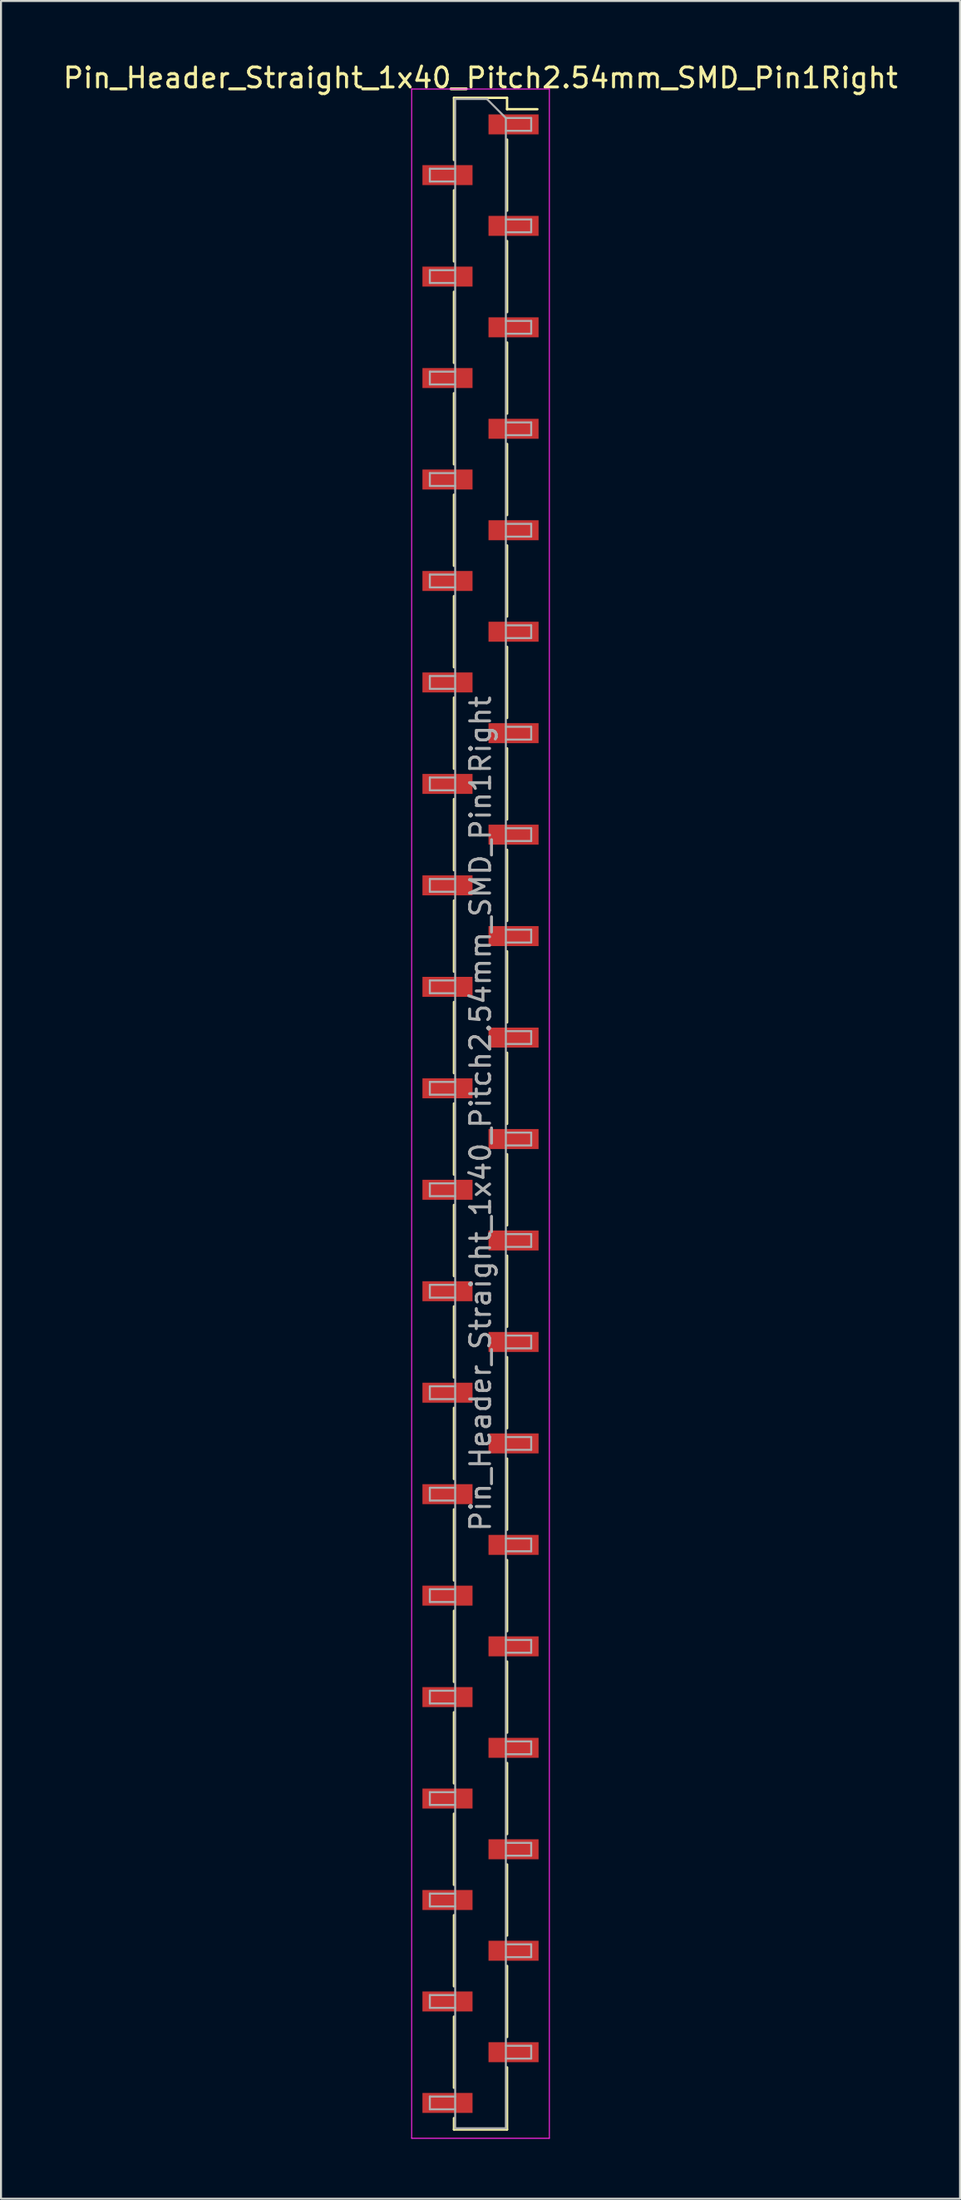
<source format=kicad_pcb>
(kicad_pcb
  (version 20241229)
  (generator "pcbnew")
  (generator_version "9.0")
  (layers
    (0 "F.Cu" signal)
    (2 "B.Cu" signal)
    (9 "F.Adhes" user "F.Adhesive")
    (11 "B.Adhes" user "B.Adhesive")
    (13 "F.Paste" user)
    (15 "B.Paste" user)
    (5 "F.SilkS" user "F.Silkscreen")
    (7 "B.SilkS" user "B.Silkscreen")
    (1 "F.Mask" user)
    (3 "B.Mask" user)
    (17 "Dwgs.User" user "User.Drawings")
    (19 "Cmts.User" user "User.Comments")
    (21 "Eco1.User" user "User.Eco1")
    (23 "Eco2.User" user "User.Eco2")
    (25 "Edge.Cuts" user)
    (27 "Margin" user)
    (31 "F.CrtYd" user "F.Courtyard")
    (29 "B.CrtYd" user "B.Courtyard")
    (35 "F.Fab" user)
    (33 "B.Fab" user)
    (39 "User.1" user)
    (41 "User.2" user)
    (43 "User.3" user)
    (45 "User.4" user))
  (footprint "Pin_Header_Straight_1x40_Pitch2.54mm_SMD_Pin1Right"
    (layer "F.Cu")
    (at 21.03 52.708)
    (property "Reference" "Pin_Header_Straight_1x40_Pitch2.54mm_SMD_Pin1Right" (at 0 -51.86 0) (layer "F.SilkS") (effects (font (size 1 1) (thickness 0.15))))
    (attr smd)
    (fp_line (start -1.33 -50.86) (end -1.33 -47.75) (stroke (width 0.12) (type solid)) (layer "F.SilkS"))
    (fp_line (start -1.33 -50.86) (end 1.33 -50.86) (stroke (width 0.12) (type solid)) (layer "F.SilkS"))
    (fp_line (start -1.33 -46.23) (end -1.33 -42.67) (stroke (width 0.12) (type solid)) (layer "F.SilkS"))
    (fp_line (start -1.33 -41.15) (end -1.33 -37.59) (stroke (width 0.12) (type solid)) (layer "F.SilkS"))
    (fp_line (start -1.33 -36.07) (end -1.33 -32.51) (stroke (width 0.12) (type solid)) (layer "F.SilkS"))
    (fp_line (start -1.33 -30.99) (end -1.33 -27.43) (stroke (width 0.12) (type solid)) (layer "F.SilkS"))
    (fp_line (start -1.33 -25.91) (end -1.33 -22.35) (stroke (width 0.12) (type solid)) (layer "F.SilkS"))
    (fp_line (start -1.33 -20.83) (end -1.33 -17.27) (stroke (width 0.12) (type solid)) (layer "F.SilkS"))
    (fp_line (start -1.33 -15.75) (end -1.33 -12.19) (stroke (width 0.12) (type solid)) (layer "F.SilkS"))
    (fp_line (start -1.33 -10.67) (end -1.33 -7.11) (stroke (width 0.12) (type solid)) (layer "F.SilkS"))
    (fp_line (start -1.33 -5.59) (end -1.33 -2.03) (stroke (width 0.12) (type solid)) (layer "F.SilkS"))
    (fp_line (start -1.33 -0.51) (end -1.33 3.05) (stroke (width 0.12) (type solid)) (layer "F.SilkS"))
    (fp_line (start -1.33 4.57) (end -1.33 8.13) (stroke (width 0.12) (type solid)) (layer "F.SilkS"))
    (fp_line (start -1.33 9.65) (end -1.33 13.21) (stroke (width 0.12) (type solid)) (layer "F.SilkS"))
    (fp_line (start -1.33 14.73) (end -1.33 18.29) (stroke (width 0.12) (type solid)) (layer "F.SilkS"))
    (fp_line (start -1.33 19.81) (end -1.33 23.37) (stroke (width 0.12) (type solid)) (layer "F.SilkS"))
    (fp_line (start -1.33 24.89) (end -1.33 28.45) (stroke (width 0.12) (type solid)) (layer "F.SilkS"))
    (fp_line (start -1.33 29.97) (end -1.33 33.53) (stroke (width 0.12) (type solid)) (layer "F.SilkS"))
    (fp_line (start -1.33 35.05) (end -1.33 38.61) (stroke (width 0.12) (type solid)) (layer "F.SilkS"))
    (fp_line (start -1.33 40.13) (end -1.33 43.69) (stroke (width 0.12) (type solid)) (layer "F.SilkS"))
    (fp_line (start -1.33 45.21) (end -1.33 48.77) (stroke (width 0.12) (type solid)) (layer "F.SilkS"))
    (fp_line (start -1.33 50.29) (end -1.33 50.86) (stroke (width 0.12) (type solid)) (layer "F.SilkS"))
    (fp_line (start -1.33 50.86) (end 1.33 50.86) (stroke (width 0.12) (type solid)) (layer "F.SilkS"))
    (fp_line (start 1.33 -50.86) (end 1.33 -50.29) (stroke (width 0.12) (type solid)) (layer "F.SilkS"))
    (fp_line (start 1.33 -50.29) (end 2.85 -50.29) (stroke (width 0.12) (type solid)) (layer "F.SilkS"))
    (fp_line (start 1.33 -48.77) (end 1.33 -45.21) (stroke (width 0.12) (type solid)) (layer "F.SilkS"))
    (fp_line (start 1.33 -43.69) (end 1.33 -40.13) (stroke (width 0.12) (type solid)) (layer "F.SilkS"))
    (fp_line (start 1.33 -38.61) (end 1.33 -35.05) (stroke (width 0.12) (type solid)) (layer "F.SilkS"))
    (fp_line (start 1.33 -33.53) (end 1.33 -29.97) (stroke (width 0.12) (type solid)) (layer "F.SilkS"))
    (fp_line (start 1.33 -28.45) (end 1.33 -24.89) (stroke (width 0.12) (type solid)) (layer "F.SilkS"))
    (fp_line (start 1.33 -23.37) (end 1.33 -19.81) (stroke (width 0.12) (type solid)) (layer "F.SilkS"))
    (fp_line (start 1.33 -18.29) (end 1.33 -14.73) (stroke (width 0.12) (type solid)) (layer "F.SilkS"))
    (fp_line (start 1.33 -13.21) (end 1.33 -9.65) (stroke (width 0.12) (type solid)) (layer "F.SilkS"))
    (fp_line (start 1.33 -8.13) (end 1.33 -4.57) (stroke (width 0.12) (type solid)) (layer "F.SilkS"))
    (fp_line (start 1.33 -3.05) (end 1.33 0.51) (stroke (width 0.12) (type solid)) (layer "F.SilkS"))
    (fp_line (start 1.33 2.03) (end 1.33 5.59) (stroke (width 0.12) (type solid)) (layer "F.SilkS"))
    (fp_line (start 1.33 7.11) (end 1.33 10.67) (stroke (width 0.12) (type solid)) (layer "F.SilkS"))
    (fp_line (start 1.33 12.19) (end 1.33 15.75) (stroke (width 0.12) (type solid)) (layer "F.SilkS"))
    (fp_line (start 1.33 17.27) (end 1.33 20.83) (stroke (width 0.12) (type solid)) (layer "F.SilkS"))
    (fp_line (start 1.33 22.35) (end 1.33 25.91) (stroke (width 0.12) (type solid)) (layer "F.SilkS"))
    (fp_line (start 1.33 27.43) (end 1.33 30.99) (stroke (width 0.12) (type solid)) (layer "F.SilkS"))
    (fp_line (start 1.33 32.51) (end 1.33 36.07) (stroke (width 0.12) (type solid)) (layer "F.SilkS"))
    (fp_line (start 1.33 37.59) (end 1.33 41.15) (stroke (width 0.12) (type solid)) (layer "F.SilkS"))
    (fp_line (start 1.33 42.67) (end 1.33 46.23) (stroke (width 0.12) (type solid)) (layer "F.SilkS"))
    (fp_line (start 1.33 47.75) (end 1.33 50.86) (stroke (width 0.12) (type solid)) (layer "F.SilkS"))
    (fp_line (start -3.45 -51.3) (end -3.45 51.3) (stroke (width 0.05) (type solid)) (layer "F.CrtYd"))
    (fp_line (start -3.45 51.3) (end 3.45 51.3) (stroke (width 0.05) (type solid)) (layer "F.CrtYd"))
    (fp_line (start 3.45 -51.3) (end -3.45 -51.3) (stroke (width 0.05) (type solid)) (layer "F.CrtYd"))
    (fp_line (start 3.45 51.3) (end 3.45 -51.3) (stroke (width 0.05) (type solid)) (layer "F.CrtYd"))
    (fp_line (start -2.54 -47.31) (end -2.54 -46.67) (stroke (width 0.1) (type solid)) (layer "F.Fab"))
    (fp_line (start -2.54 -46.67) (end -1.27 -46.67) (stroke (width 0.1) (type solid)) (layer "F.Fab"))
    (fp_line (start -2.54 -42.23) (end -2.54 -41.59) (stroke (width 0.1) (type solid)) (layer "F.Fab"))
    (fp_line (start -2.54 -41.59) (end -1.27 -41.59) (stroke (width 0.1) (type solid)) (layer "F.Fab"))
    (fp_line (start -2.54 -37.15) (end -2.54 -36.51) (stroke (width 0.1) (type solid)) (layer "F.Fab"))
    (fp_line (start -2.54 -36.51) (end -1.27 -36.51) (stroke (width 0.1) (type solid)) (layer "F.Fab"))
    (fp_line (start -2.54 -32.07) (end -2.54 -31.43) (stroke (width 0.1) (type solid)) (layer "F.Fab"))
    (fp_line (start -2.54 -31.43) (end -1.27 -31.43) (stroke (width 0.1) (type solid)) (layer "F.Fab"))
    (fp_line (start -2.54 -26.99) (end -2.54 -26.35) (stroke (width 0.1) (type solid)) (layer "F.Fab"))
    (fp_line (start -2.54 -26.35) (end -1.27 -26.35) (stroke (width 0.1) (type solid)) (layer "F.Fab"))
    (fp_line (start -2.54 -21.91) (end -2.54 -21.27) (stroke (width 0.1) (type solid)) (layer "F.Fab"))
    (fp_line (start -2.54 -21.27) (end -1.27 -21.27) (stroke (width 0.1) (type solid)) (layer "F.Fab"))
    (fp_line (start -2.54 -16.83) (end -2.54 -16.19) (stroke (width 0.1) (type solid)) (layer "F.Fab"))
    (fp_line (start -2.54 -16.19) (end -1.27 -16.19) (stroke (width 0.1) (type solid)) (layer "F.Fab"))
    (fp_line (start -2.54 -11.75) (end -2.54 -11.11) (stroke (width 0.1) (type solid)) (layer "F.Fab"))
    (fp_line (start -2.54 -11.11) (end -1.27 -11.11) (stroke (width 0.1) (type solid)) (layer "F.Fab"))
    (fp_line (start -2.54 -6.67) (end -2.54 -6.03) (stroke (width 0.1) (type solid)) (layer "F.Fab"))
    (fp_line (start -2.54 -6.03) (end -1.27 -6.03) (stroke (width 0.1) (type solid)) (layer "F.Fab"))
    (fp_line (start -2.54 -1.59) (end -2.54 -0.95) (stroke (width 0.1) (type solid)) (layer "F.Fab"))
    (fp_line (start -2.54 -0.95) (end -1.27 -0.95) (stroke (width 0.1) (type solid)) (layer "F.Fab"))
    (fp_line (start -2.54 3.49) (end -2.54 4.13) (stroke (width 0.1) (type solid)) (layer "F.Fab"))
    (fp_line (start -2.54 4.13) (end -1.27 4.13) (stroke (width 0.1) (type solid)) (layer "F.Fab"))
    (fp_line (start -2.54 8.57) (end -2.54 9.21) (stroke (width 0.1) (type solid)) (layer "F.Fab"))
    (fp_line (start -2.54 9.21) (end -1.27 9.21) (stroke (width 0.1) (type solid)) (layer "F.Fab"))
    (fp_line (start -2.54 13.65) (end -2.54 14.29) (stroke (width 0.1) (type solid)) (layer "F.Fab"))
    (fp_line (start -2.54 14.29) (end -1.27 14.29) (stroke (width 0.1) (type solid)) (layer "F.Fab"))
    (fp_line (start -2.54 18.73) (end -2.54 19.37) (stroke (width 0.1) (type solid)) (layer "F.Fab"))
    (fp_line (start -2.54 19.37) (end -1.27 19.37) (stroke (width 0.1) (type solid)) (layer "F.Fab"))
    (fp_line (start -2.54 23.81) (end -2.54 24.45) (stroke (width 0.1) (type solid)) (layer "F.Fab"))
    (fp_line (start -2.54 24.45) (end -1.27 24.45) (stroke (width 0.1) (type solid)) (layer "F.Fab"))
    (fp_line (start -2.54 28.89) (end -2.54 29.53) (stroke (width 0.1) (type solid)) (layer "F.Fab"))
    (fp_line (start -2.54 29.53) (end -1.27 29.53) (stroke (width 0.1) (type solid)) (layer "F.Fab"))
    (fp_line (start -2.54 33.97) (end -2.54 34.61) (stroke (width 0.1) (type solid)) (layer "F.Fab"))
    (fp_line (start -2.54 34.61) (end -1.27 34.61) (stroke (width 0.1) (type solid)) (layer "F.Fab"))
    (fp_line (start -2.54 39.05) (end -2.54 39.69) (stroke (width 0.1) (type solid)) (layer "F.Fab"))
    (fp_line (start -2.54 39.69) (end -1.27 39.69) (stroke (width 0.1) (type solid)) (layer "F.Fab"))
    (fp_line (start -2.54 44.13) (end -2.54 44.77) (stroke (width 0.1) (type solid)) (layer "F.Fab"))
    (fp_line (start -2.54 44.77) (end -1.27 44.77) (stroke (width 0.1) (type solid)) (layer "F.Fab"))
    (fp_line (start -2.54 49.21) (end -2.54 49.85) (stroke (width 0.1) (type solid)) (layer "F.Fab"))
    (fp_line (start -2.54 49.85) (end -1.27 49.85) (stroke (width 0.1) (type solid)) (layer "F.Fab"))
    (fp_line (start -1.27 -50.8) (end -1.27 50.8) (stroke (width 0.1) (type solid)) (layer "F.Fab"))
    (fp_line (start -1.27 -50.8) (end 0.32 -50.8) (stroke (width 0.1) (type solid)) (layer "F.Fab"))
    (fp_line (start -1.27 -47.31) (end -2.54 -47.31) (stroke (width 0.1) (type solid)) (layer "F.Fab"))
    (fp_line (start -1.27 -42.23) (end -2.54 -42.23) (stroke (width 0.1) (type solid)) (layer "F.Fab"))
    (fp_line (start -1.27 -37.15) (end -2.54 -37.15) (stroke (width 0.1) (type solid)) (layer "F.Fab"))
    (fp_line (start -1.27 -32.07) (end -2.54 -32.07) (stroke (width 0.1) (type solid)) (layer "F.Fab"))
    (fp_line (start -1.27 -26.99) (end -2.54 -26.99) (stroke (width 0.1) (type solid)) (layer "F.Fab"))
    (fp_line (start -1.27 -21.91) (end -2.54 -21.91) (stroke (width 0.1) (type solid)) (layer "F.Fab"))
    (fp_line (start -1.27 -16.83) (end -2.54 -16.83) (stroke (width 0.1) (type solid)) (layer "F.Fab"))
    (fp_line (start -1.27 -11.75) (end -2.54 -11.75) (stroke (width 0.1) (type solid)) (layer "F.Fab"))
    (fp_line (start -1.27 -6.67) (end -2.54 -6.67) (stroke (width 0.1) (type solid)) (layer "F.Fab"))
    (fp_line (start -1.27 -1.59) (end -2.54 -1.59) (stroke (width 0.1) (type solid)) (layer "F.Fab"))
    (fp_line (start -1.27 3.49) (end -2.54 3.49) (stroke (width 0.1) (type solid)) (layer "F.Fab"))
    (fp_line (start -1.27 8.57) (end -2.54 8.57) (stroke (width 0.1) (type solid)) (layer "F.Fab"))
    (fp_line (start -1.27 13.65) (end -2.54 13.65) (stroke (width 0.1) (type solid)) (layer "F.Fab"))
    (fp_line (start -1.27 18.73) (end -2.54 18.73) (stroke (width 0.1) (type solid)) (layer "F.Fab"))
    (fp_line (start -1.27 23.81) (end -2.54 23.81) (stroke (width 0.1) (type solid)) (layer "F.Fab"))
    (fp_line (start -1.27 28.89) (end -2.54 28.89) (stroke (width 0.1) (type solid)) (layer "F.Fab"))
    (fp_line (start -1.27 33.97) (end -2.54 33.97) (stroke (width 0.1) (type solid)) (layer "F.Fab"))
    (fp_line (start -1.27 39.05) (end -2.54 39.05) (stroke (width 0.1) (type solid)) (layer "F.Fab"))
    (fp_line (start -1.27 44.13) (end -2.54 44.13) (stroke (width 0.1) (type solid)) (layer "F.Fab"))
    (fp_line (start -1.27 49.21) (end -2.54 49.21) (stroke (width 0.1) (type solid)) (layer "F.Fab"))
    (fp_line (start 1.27 -49.85) (end 0.32 -50.8) (stroke (width 0.1) (type solid)) (layer "F.Fab"))
    (fp_line (start 1.27 -49.85) (end 2.54 -49.85) (stroke (width 0.1) (type solid)) (layer "F.Fab"))
    (fp_line (start 1.27 -44.77) (end 2.54 -44.77) (stroke (width 0.1) (type solid)) (layer "F.Fab"))
    (fp_line (start 1.27 -39.69) (end 2.54 -39.69) (stroke (width 0.1) (type solid)) (layer "F.Fab"))
    (fp_line (start 1.27 -34.61) (end 2.54 -34.61) (stroke (width 0.1) (type solid)) (layer "F.Fab"))
    (fp_line (start 1.27 -29.53) (end 2.54 -29.53) (stroke (width 0.1) (type solid)) (layer "F.Fab"))
    (fp_line (start 1.27 -24.45) (end 2.54 -24.45) (stroke (width 0.1) (type solid)) (layer "F.Fab"))
    (fp_line (start 1.27 -19.37) (end 2.54 -19.37) (stroke (width 0.1) (type solid)) (layer "F.Fab"))
    (fp_line (start 1.27 -14.29) (end 2.54 -14.29) (stroke (width 0.1) (type solid)) (layer "F.Fab"))
    (fp_line (start 1.27 -9.21) (end 2.54 -9.21) (stroke (width 0.1) (type solid)) (layer "F.Fab"))
    (fp_line (start 1.27 -4.13) (end 2.54 -4.13) (stroke (width 0.1) (type solid)) (layer "F.Fab"))
    (fp_line (start 1.27 0.95) (end 2.54 0.95) (stroke (width 0.1) (type solid)) (layer "F.Fab"))
    (fp_line (start 1.27 6.03) (end 2.54 6.03) (stroke (width 0.1) (type solid)) (layer "F.Fab"))
    (fp_line (start 1.27 11.11) (end 2.54 11.11) (stroke (width 0.1) (type solid)) (layer "F.Fab"))
    (fp_line (start 1.27 16.19) (end 2.54 16.19) (stroke (width 0.1) (type solid)) (layer "F.Fab"))
    (fp_line (start 1.27 21.27) (end 2.54 21.27) (stroke (width 0.1) (type solid)) (layer "F.Fab"))
    (fp_line (start 1.27 26.35) (end 2.54 26.35) (stroke (width 0.1) (type solid)) (layer "F.Fab"))
    (fp_line (start 1.27 31.43) (end 2.54 31.43) (stroke (width 0.1) (type solid)) (layer "F.Fab"))
    (fp_line (start 1.27 36.51) (end 2.54 36.51) (stroke (width 0.1) (type solid)) (layer "F.Fab"))
    (fp_line (start 1.27 41.59) (end 2.54 41.59) (stroke (width 0.1) (type solid)) (layer "F.Fab"))
    (fp_line (start 1.27 46.67) (end 2.54 46.67) (stroke (width 0.1) (type solid)) (layer "F.Fab"))
    (fp_line (start 1.27 50.8) (end -1.27 50.8) (stroke (width 0.1) (type solid)) (layer "F.Fab"))
    (fp_line (start 1.27 50.8) (end 1.27 -49.85) (stroke (width 0.1) (type solid)) (layer "F.Fab"))
    (fp_line (start 2.54 -49.85) (end 2.54 -49.21) (stroke (width 0.1) (type solid)) (layer "F.Fab"))
    (fp_line (start 2.54 -49.21) (end 1.27 -49.21) (stroke (width 0.1) (type solid)) (layer "F.Fab"))
    (fp_line (start 2.54 -44.77) (end 2.54 -44.13) (stroke (width 0.1) (type solid)) (layer "F.Fab"))
    (fp_line (start 2.54 -44.13) (end 1.27 -44.13) (stroke (width 0.1) (type solid)) (layer "F.Fab"))
    (fp_line (start 2.54 -39.69) (end 2.54 -39.05) (stroke (width 0.1) (type solid)) (layer "F.Fab"))
    (fp_line (start 2.54 -39.05) (end 1.27 -39.05) (stroke (width 0.1) (type solid)) (layer "F.Fab"))
    (fp_line (start 2.54 -34.61) (end 2.54 -33.97) (stroke (width 0.1) (type solid)) (layer "F.Fab"))
    (fp_line (start 2.54 -33.97) (end 1.27 -33.97) (stroke (width 0.1) (type solid)) (layer "F.Fab"))
    (fp_line (start 2.54 -29.53) (end 2.54 -28.89) (stroke (width 0.1) (type solid)) (layer "F.Fab"))
    (fp_line (start 2.54 -28.89) (end 1.27 -28.89) (stroke (width 0.1) (type solid)) (layer "F.Fab"))
    (fp_line (start 2.54 -24.45) (end 2.54 -23.81) (stroke (width 0.1) (type solid)) (layer "F.Fab"))
    (fp_line (start 2.54 -23.81) (end 1.27 -23.81) (stroke (width 0.1) (type solid)) (layer "F.Fab"))
    (fp_line (start 2.54 -19.37) (end 2.54 -18.73) (stroke (width 0.1) (type solid)) (layer "F.Fab"))
    (fp_line (start 2.54 -18.73) (end 1.27 -18.73) (stroke (width 0.1) (type solid)) (layer "F.Fab"))
    (fp_line (start 2.54 -14.29) (end 2.54 -13.65) (stroke (width 0.1) (type solid)) (layer "F.Fab"))
    (fp_line (start 2.54 -13.65) (end 1.27 -13.65) (stroke (width 0.1) (type solid)) (layer "F.Fab"))
    (fp_line (start 2.54 -9.21) (end 2.54 -8.57) (stroke (width 0.1) (type solid)) (layer "F.Fab"))
    (fp_line (start 2.54 -8.57) (end 1.27 -8.57) (stroke (width 0.1) (type solid)) (layer "F.Fab"))
    (fp_line (start 2.54 -4.13) (end 2.54 -3.49) (stroke (width 0.1) (type solid)) (layer "F.Fab"))
    (fp_line (start 2.54 -3.49) (end 1.27 -3.49) (stroke (width 0.1) (type solid)) (layer "F.Fab"))
    (fp_line (start 2.54 0.95) (end 2.54 1.59) (stroke (width 0.1) (type solid)) (layer "F.Fab"))
    (fp_line (start 2.54 1.59) (end 1.27 1.59) (stroke (width 0.1) (type solid)) (layer "F.Fab"))
    (fp_line (start 2.54 6.03) (end 2.54 6.67) (stroke (width 0.1) (type solid)) (layer "F.Fab"))
    (fp_line (start 2.54 6.67) (end 1.27 6.67) (stroke (width 0.1) (type solid)) (layer "F.Fab"))
    (fp_line (start 2.54 11.11) (end 2.54 11.75) (stroke (width 0.1) (type solid)) (layer "F.Fab"))
    (fp_line (start 2.54 11.75) (end 1.27 11.75) (stroke (width 0.1) (type solid)) (layer "F.Fab"))
    (fp_line (start 2.54 16.19) (end 2.54 16.83) (stroke (width 0.1) (type solid)) (layer "F.Fab"))
    (fp_line (start 2.54 16.83) (end 1.27 16.83) (stroke (width 0.1) (type solid)) (layer "F.Fab"))
    (fp_line (start 2.54 21.27) (end 2.54 21.91) (stroke (width 0.1) (type solid)) (layer "F.Fab"))
    (fp_line (start 2.54 21.91) (end 1.27 21.91) (stroke (width 0.1) (type solid)) (layer "F.Fab"))
    (fp_line (start 2.54 26.35) (end 2.54 26.99) (stroke (width 0.1) (type solid)) (layer "F.Fab"))
    (fp_line (start 2.54 26.99) (end 1.27 26.99) (stroke (width 0.1) (type solid)) (layer "F.Fab"))
    (fp_line (start 2.54 31.43) (end 2.54 32.07) (stroke (width 0.1) (type solid)) (layer "F.Fab"))
    (fp_line (start 2.54 32.07) (end 1.27 32.07) (stroke (width 0.1) (type solid)) (layer "F.Fab"))
    (fp_line (start 2.54 36.51) (end 2.54 37.15) (stroke (width 0.1) (type solid)) (layer "F.Fab"))
    (fp_line (start 2.54 37.15) (end 1.27 37.15) (stroke (width 0.1) (type solid)) (layer "F.Fab"))
    (fp_line (start 2.54 41.59) (end 2.54 42.23) (stroke (width 0.1) (type solid)) (layer "F.Fab"))
    (fp_line (start 2.54 42.23) (end 1.27 42.23) (stroke (width 0.1) (type solid)) (layer "F.Fab"))
    (fp_line (start 2.54 46.67) (end 2.54 47.31) (stroke (width 0.1) (type solid)) (layer "F.Fab"))
    (fp_line (start 2.54 47.31) (end 1.27 47.31) (stroke (width 0.1) (type solid)) (layer "F.Fab"))
    (fp_text user "${REFERENCE}" (at 0 0 90) (layer "F.Fab") (effects (font (size 1 1) (thickness 0.15))))
    (pad "1" smd rect (at 1.655 -49.53) (size 2.51 1) (layers "F.Cu" "F.Mask" "F.Paste"))
    (pad "2" smd rect (at -1.655 -46.99) (size 2.51 1) (layers "F.Cu" "F.Mask" "F.Paste"))
    (pad "3" smd rect (at 1.655 -44.45) (size 2.51 1) (layers "F.Cu" "F.Mask" "F.Paste"))
    (pad "4" smd rect (at -1.655 -41.91) (size 2.51 1) (layers "F.Cu" "F.Mask" "F.Paste"))
    (pad "5" smd rect (at 1.655 -39.37) (size 2.51 1) (layers "F.Cu" "F.Mask" "F.Paste"))
    (pad "6" smd rect (at -1.655 -36.83) (size 2.51 1) (layers "F.Cu" "F.Mask" "F.Paste"))
    (pad "7" smd rect (at 1.655 -34.29) (size 2.51 1) (layers "F.Cu" "F.Mask" "F.Paste"))
    (pad "8" smd rect (at -1.655 -31.75) (size 2.51 1) (layers "F.Cu" "F.Mask" "F.Paste"))
    (pad "9" smd rect (at 1.655 -29.21) (size 2.51 1) (layers "F.Cu" "F.Mask" "F.Paste"))
    (pad "10" smd rect (at -1.655 -26.67) (size 2.51 1) (layers "F.Cu" "F.Mask" "F.Paste"))
    (pad "11" smd rect (at 1.655 -24.13) (size 2.51 1) (layers "F.Cu" "F.Mask" "F.Paste"))
    (pad "12" smd rect (at -1.655 -21.59) (size 2.51 1) (layers "F.Cu" "F.Mask" "F.Paste"))
    (pad "13" smd rect (at 1.655 -19.05) (size 2.51 1) (layers "F.Cu" "F.Mask" "F.Paste"))
    (pad "14" smd rect (at -1.655 -16.51) (size 2.51 1) (layers "F.Cu" "F.Mask" "F.Paste"))
    (pad "15" smd rect (at 1.655 -13.97) (size 2.51 1) (layers "F.Cu" "F.Mask" "F.Paste"))
    (pad "16" smd rect (at -1.655 -11.43) (size 2.51 1) (layers "F.Cu" "F.Mask" "F.Paste"))
    (pad "17" smd rect (at 1.655 -8.89) (size 2.51 1) (layers "F.Cu" "F.Mask" "F.Paste"))
    (pad "18" smd rect (at -1.655 -6.35) (size 2.51 1) (layers "F.Cu" "F.Mask" "F.Paste"))
    (pad "19" smd rect (at 1.655 -3.81) (size 2.51 1) (layers "F.Cu" "F.Mask" "F.Paste"))
    (pad "20" smd rect (at -1.655 -1.27) (size 2.51 1) (layers "F.Cu" "F.Mask" "F.Paste"))
    (pad "21" smd rect (at 1.655 1.27) (size 2.51 1) (layers "F.Cu" "F.Mask" "F.Paste"))
    (pad "22" smd rect (at -1.655 3.81) (size 2.51 1) (layers "F.Cu" "F.Mask" "F.Paste"))
    (pad "23" smd rect (at 1.655 6.35) (size 2.51 1) (layers "F.Cu" "F.Mask" "F.Paste"))
    (pad "24" smd rect (at -1.655 8.89) (size 2.51 1) (layers "F.Cu" "F.Mask" "F.Paste"))
    (pad "25" smd rect (at 1.655 11.43) (size 2.51 1) (layers "F.Cu" "F.Mask" "F.Paste"))
    (pad "26" smd rect (at -1.655 13.97) (size 2.51 1) (layers "F.Cu" "F.Mask" "F.Paste"))
    (pad "27" smd rect (at 1.655 16.51) (size 2.51 1) (layers "F.Cu" "F.Mask" "F.Paste"))
    (pad "28" smd rect (at -1.655 19.05) (size 2.51 1) (layers "F.Cu" "F.Mask" "F.Paste"))
    (pad "29" smd rect (at 1.655 21.59) (size 2.51 1) (layers "F.Cu" "F.Mask" "F.Paste"))
    (pad "30" smd rect (at -1.655 24.13) (size 2.51 1) (layers "F.Cu" "F.Mask" "F.Paste"))
    (pad "31" smd rect (at 1.655 26.67) (size 2.51 1) (layers "F.Cu" "F.Mask" "F.Paste"))
    (pad "32" smd rect (at -1.655 29.21) (size 2.51 1) (layers "F.Cu" "F.Mask" "F.Paste"))
    (pad "33" smd rect (at 1.655 31.75) (size 2.51 1) (layers "F.Cu" "F.Mask" "F.Paste"))
    (pad "34" smd rect (at -1.655 34.29) (size 2.51 1) (layers "F.Cu" "F.Mask" "F.Paste"))
    (pad "35" smd rect (at 1.655 36.83) (size 2.51 1) (layers "F.Cu" "F.Mask" "F.Paste"))
    (pad "36" smd rect (at -1.655 39.37) (size 2.51 1) (layers "F.Cu" "F.Mask" "F.Paste"))
    (pad "37" smd rect (at 1.655 41.91) (size 2.51 1) (layers "F.Cu" "F.Mask" "F.Paste"))
    (pad "38" smd rect (at -1.655 44.45) (size 2.51 1) (layers "F.Cu" "F.Mask" "F.Paste"))
    (pad "39" smd rect (at 1.655 46.99) (size 2.51 1) (layers "F.Cu" "F.Mask" "F.Paste"))
    (pad "40" smd rect (at -1.655 49.53) (size 2.51 1) (layers "F.Cu" "F.Mask" "F.Paste")))
  (gr_rect
    (start -3 -3)
    (end 45.06 107.033)
    (stroke (width 0.1) (type default))
    (fill no)
    (layer "Edge.Cuts")))
</source>
